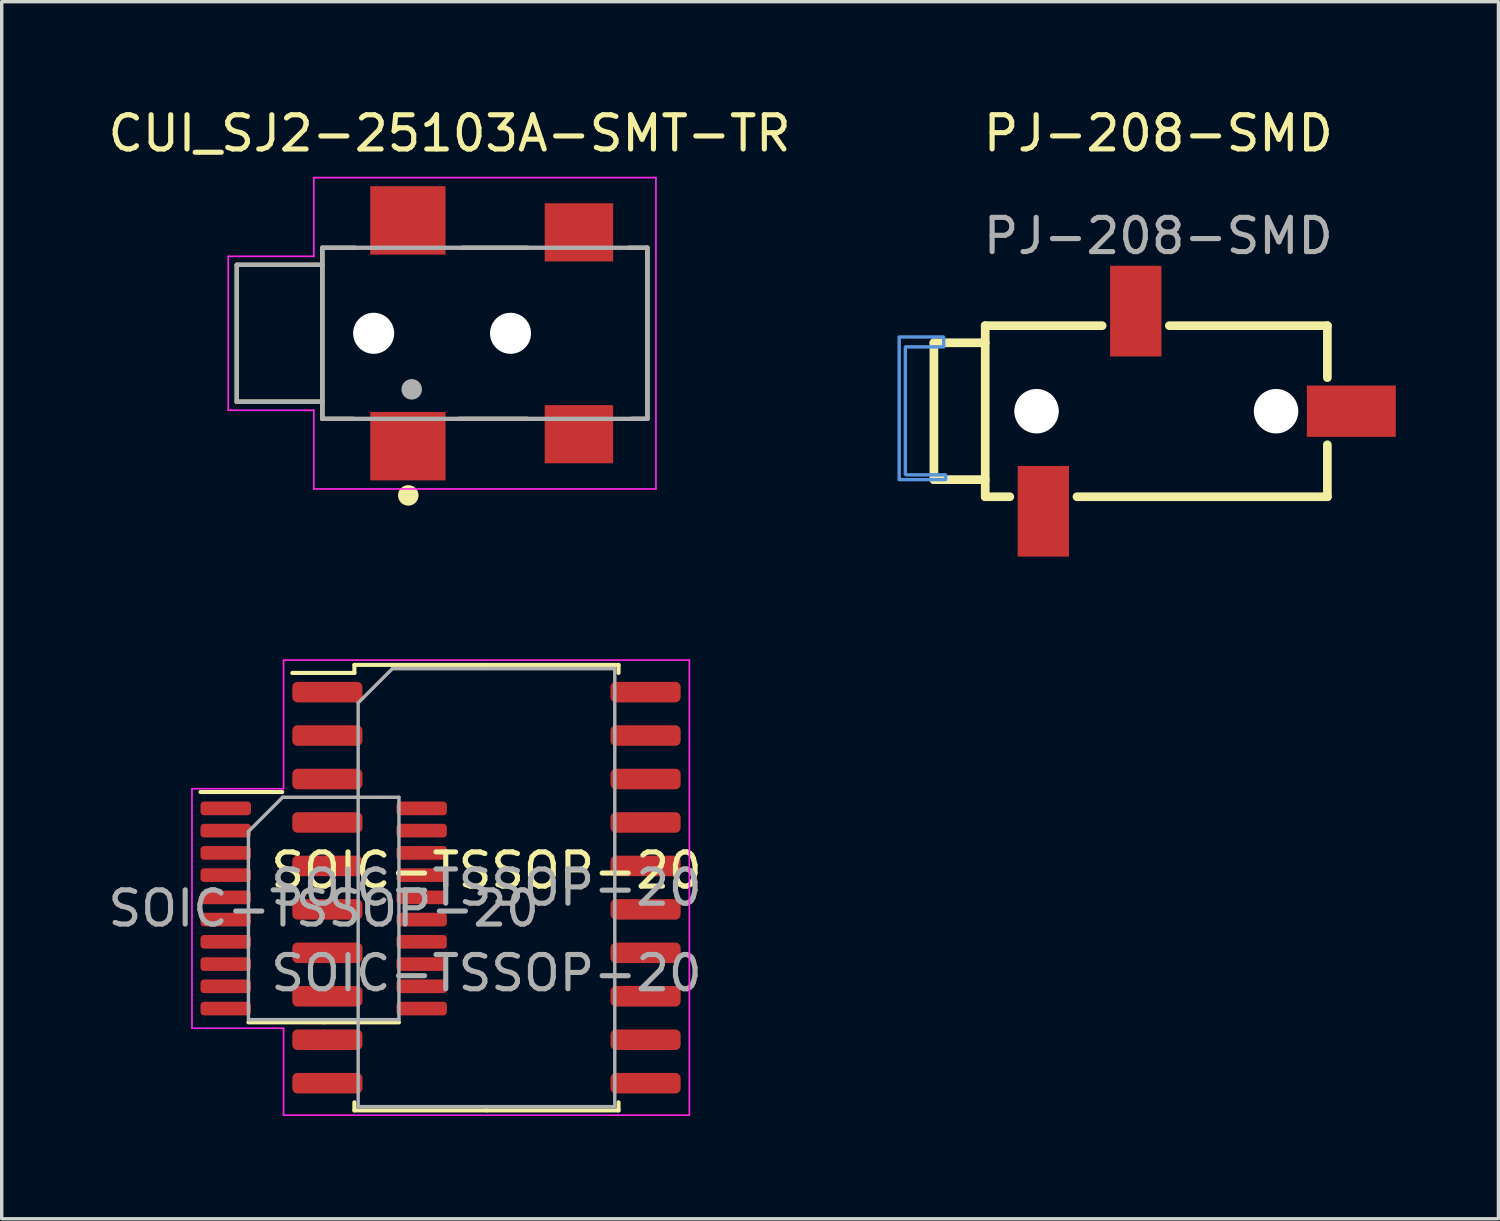
<source format=kicad_pcb>
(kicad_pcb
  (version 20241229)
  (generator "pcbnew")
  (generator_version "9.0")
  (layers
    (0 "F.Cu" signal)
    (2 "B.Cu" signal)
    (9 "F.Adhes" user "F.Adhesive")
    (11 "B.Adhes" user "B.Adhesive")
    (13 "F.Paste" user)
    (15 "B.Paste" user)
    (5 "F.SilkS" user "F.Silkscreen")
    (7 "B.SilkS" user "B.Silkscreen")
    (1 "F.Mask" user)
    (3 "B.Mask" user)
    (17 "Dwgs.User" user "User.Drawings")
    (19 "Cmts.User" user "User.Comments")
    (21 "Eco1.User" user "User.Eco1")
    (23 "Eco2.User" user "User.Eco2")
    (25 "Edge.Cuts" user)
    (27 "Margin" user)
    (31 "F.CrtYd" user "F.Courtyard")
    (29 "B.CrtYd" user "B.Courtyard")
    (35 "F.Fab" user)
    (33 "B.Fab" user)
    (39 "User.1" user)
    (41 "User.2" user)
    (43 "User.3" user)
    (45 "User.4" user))
  (footprint "CUI_SJ2-25103A-SMT-TR"
    (layer "F.Cu")
    (at 9.871 6.691)
    (property "Reference" "CUI_SJ2-25103A-SMT-TR" (at 0.219 -5.842 0) (layer "F.SilkS") (effects (font (size 1.001 1.001) (thickness 0.15))))
    (attr smd)
    (fp_line (start -6 -2) (end -6 2) (stroke (width 0.127) (type solid)) (layer "F.SilkS"))
    (fp_line (start -6 2) (end -3.5 2) (stroke (width 0.127) (type solid)) (layer "F.SilkS"))
    (fp_line (start -3.5 -2) (end -6 -2) (stroke (width 0.127) (type solid)) (layer "F.SilkS"))
    (fp_line (start -3.5 -2) (end -3.5 -2.5) (stroke (width 0.127) (type solid)) (layer "F.SilkS"))
    (fp_line (start -3.5 2) (end -3.5 -2) (stroke (width 0.127) (type solid)) (layer "F.SilkS"))
    (fp_line (start -3.5 2.5) (end -3.5 2) (stroke (width 0.127) (type solid)) (layer "F.SilkS"))
    (fp_line (start -3.5 2.5) (end -2.6 2.5) (stroke (width 0.127) (type solid)) (layer "F.SilkS"))
    (fp_line (start -3.45 -2.5) (end -2.55 -2.5) (stroke (width 0.127) (type solid)) (layer "F.SilkS"))
    (fp_line (start 0.5 2.5) (end 2.5 2.5) (stroke (width 0.127) (type solid)) (layer "F.SilkS"))
    (fp_line (start 0.6 -2.5) (end 2.5 -2.5) (stroke (width 0.127) (type solid)) (layer "F.SilkS"))
    (fp_line (start 5.463 -2.5) (end 6 -2.5) (stroke (width 0.127) (type solid)) (layer "F.SilkS"))
    (fp_line (start 5.55 2.5) (end 6 2.5) (stroke (width 0.127) (type solid)) (layer "F.SilkS"))
    (fp_line (start 6 -2.5) (end 6 2.45) (stroke (width 0.127) (type solid)) (layer "F.SilkS"))
    (fp_circle (center -0.988 4.738) (end -0.838 4.738) (stroke (width 0.3) (type solid)) (fill no) (layer "F.SilkS"))
    (fp_line (start -6.25 -2.25) (end -3.75 -2.25) (stroke (width 0.05) (type solid)) (layer "F.CrtYd"))
    (fp_line (start -6.25 2.25) (end -6.25 -2.25) (stroke (width 0.05) (type solid)) (layer "F.CrtYd"))
    (fp_line (start -3.75 -4.55) (end 6.25 -4.55) (stroke (width 0.05) (type solid)) (layer "F.CrtYd"))
    (fp_line (start -3.75 -2.25) (end -3.75 -4.55) (stroke (width 0.05) (type solid)) (layer "F.CrtYd"))
    (fp_line (start -3.75 2.25) (end -6.25 2.25) (stroke (width 0.05) (type solid)) (layer "F.CrtYd"))
    (fp_line (start -3.75 4.55) (end -3.75 2.25) (stroke (width 0.05) (type solid)) (layer "F.CrtYd"))
    (fp_line (start 6.25 -4.55) (end 6.25 4.55) (stroke (width 0.05) (type solid)) (layer "F.CrtYd"))
    (fp_line (start 6.25 4.55) (end -3.75 4.55) (stroke (width 0.05) (type solid)) (layer "F.CrtYd"))
    (fp_line (start -6 -2) (end -6 2) (stroke (width 0.127) (type solid)) (layer "F.Fab"))
    (fp_line (start -6 2) (end -3.5 2) (stroke (width 0.127) (type solid)) (layer "F.Fab"))
    (fp_line (start -3.5 -2.5) (end 6 -2.5) (stroke (width 0.127) (type solid)) (layer "F.Fab"))
    (fp_line (start -3.5 -2) (end -6 -2) (stroke (width 0.127) (type solid)) (layer "F.Fab"))
    (fp_line (start -3.5 -2) (end -3.5 -2.5) (stroke (width 0.127) (type solid)) (layer "F.Fab"))
    (fp_line (start -3.5 2) (end -3.5 -2) (stroke (width 0.127) (type solid)) (layer "F.Fab"))
    (fp_line (start -3.5 2.5) (end -3.5 2) (stroke (width 0.127) (type solid)) (layer "F.Fab"))
    (fp_line (start 6 -2.5) (end 6 2.5) (stroke (width 0.127) (type solid)) (layer "F.Fab"))
    (fp_line (start 6 2.5) (end -3.5 2.5) (stroke (width 0.127) (type solid)) (layer "F.Fab"))
    (fp_circle (center -0.888 1.638) (end -0.738 1.638) (stroke (width 0.3) (type solid)) (fill no) (layer "F.Fab"))
    (pad "" np_thru_hole circle (at -2 0) (size 1.2 1.2) (drill 1.2) (layers "*.Cu" "*.Mask"))
    (pad "" np_thru_hole circle (at 2 0) (size 1.2 1.2) (drill 1.2) (layers "*.Cu" "*.Mask"))
    (pad "1" smd rect (at -1 3.3) (size 2.2 2) (layers "F.Cu" "F.Mask" "F.Paste"))
    (pad "1.1" smd rect (at -1 -3.3) (size 2.2 2) (layers "F.Cu" "F.Mask" "F.Paste"))
    (pad "2" smd rect (at 4 2.95) (size 2 1.7) (layers "F.Cu" "F.Mask" "F.Paste"))
    (pad "3" smd rect (at 4 -2.95) (size 2 1.7) (layers "F.Cu" "F.Mask" "F.Paste")))
  (footprint "PJ-208-SMD"
    (layer "F.Cu")
    (at 30.804 1.348)
    (property "Reference" "PJ-208-SMD" (at 0 -0.5 0) (unlocked yes) (layer "F.SilkS") (effects (font (size 1 1) (thickness 0.15))))
    (attr smd)
    (fp_line (start -6.559 5.62) (end -6.559 9.62) (stroke (width 0.254) (type solid)) (layer "F.SilkS"))
    (fp_line (start -6.559 9.62) (end -5.059 9.62) (stroke (width 0.254) (type solid)) (layer "F.SilkS"))
    (fp_line (start -5.059 5.12) (end -5.059 10.12) (stroke (width 0.254) (type solid)) (layer "F.SilkS"))
    (fp_line (start -5.059 5.12) (end -1.641 5.12) (stroke (width 0.254) (type solid)) (layer "F.SilkS"))
    (fp_line (start -5.059 5.62) (end -6.559 5.62) (stroke (width 0.254) (type solid)) (layer "F.SilkS"))
    (fp_line (start -5.059 10.12) (end -4.34 10.12) (stroke (width 0.254) (type solid)) (layer "F.SilkS"))
    (fp_line (start -2.378 10.12) (end 4.941 10.12) (stroke (width 0.254) (type solid)) (layer "F.SilkS"))
    (fp_line (start 0.322 5.12) (end 4.941 5.12) (stroke (width 0.254) (type solid)) (layer "F.SilkS"))
    (fp_line (start 4.941 6.639) (end 4.941 5.12) (stroke (width 0.254) (type solid)) (layer "F.SilkS"))
    (fp_line (start 4.941 10.12) (end 4.941 8.601) (stroke (width 0.254) (type solid)) (layer "F.SilkS"))
    (fp_circle (center -3.559 7.62) (end -3.284 7.62) (stroke (width 0.55) (type solid)) (fill no) (layer "Cmts.User"))
    (fp_circle (center 3.441 7.62) (end 3.716 7.62) (stroke (width 0.55) (type solid)) (fill no) (layer "Cmts.User"))
    (fp_poly (pts (xy -6.273 5.74) (xy -7.383 5.74) (xy -7.393 5.75) (xy -7.393 9.46) (xy -7.373 9.48) (xy -6.223 9.48) (xy -6.213 9.49) (xy -6.213 9.61) (xy -6.223 9.62) (xy -7.573 9.62) (xy -7.573 5.47) (xy -7.573 5.45) (xy -6.283 5.45) (xy -6.273 5.47)) (stroke (width 0.1) (type solid)) (fill no) (layer "Cmts.User"))
    (fp_text user "${REFERENCE}" (at 0 2.5 0) (unlocked yes) (layer "F.Fab") (effects (font (size 1 1) (thickness 0.15))))
    (pad "" np_thru_hole circle (at -3.559 7.62) (size 1.3 1.3) (drill 1.3) (layers "*.Cu" "*.Mask"))
    (pad "" np_thru_hole circle (at 3.441 7.62) (size 1.3 1.3) (drill 1.3) (layers "*.Cu" "*.Mask"))
    (pad "1" smd rect (at -3.36 10.545) (size 1.5 2.65) (layers "F.Cu" "F.Mask" "F.Paste"))
    (pad "2" smd rect (at 5.641 7.62 90) (size 1.5 2.6) (layers "F.Cu" "F.Mask" "F.Paste"))
    (pad "3" smd rect (at -0.659 4.695 180) (size 1.5 2.65) (layers "F.Cu" "F.Mask" "F.Paste")))
  (footprint "SOIC-TSSOP-20"
    (layer "F.Cu")
    (at 11.168 22.893)
    (property "Reference" "SOIC-TSSOP-20" (at 0 -0.5 0) (unlocked yes) (layer "F.SilkS") (effects (font (size 1 1) (thickness 0.15))))
    (attr smd)
    (fp_line (start -5.969 -2.794) (end -8.357 -2.794) (stroke (width 0.12) (type solid)) (layer "F.SilkS"))
    (fp_line (start -4.758 3.937) (end -6.957 3.937) (stroke (width 0.12) (type solid)) (layer "F.SilkS"))
    (fp_line (start -4.758 3.937) (end -2.558 3.937) (stroke (width 0.12) (type solid)) (layer "F.SilkS"))
    (fp_line (start -3.86 -6.51) (end -3.86 -6.275) (stroke (width 0.12) (type solid)) (layer "F.SilkS"))
    (fp_line (start -3.86 -6.275) (end -5.675 -6.275) (stroke (width 0.12) (type solid)) (layer "F.SilkS"))
    (fp_line (start -3.86 6.51) (end -3.86 6.275) (stroke (width 0.12) (type solid)) (layer "F.SilkS"))
    (fp_line (start 0 -6.51) (end -3.86 -6.51) (stroke (width 0.12) (type solid)) (layer "F.SilkS"))
    (fp_line (start 0 -6.51) (end 3.86 -6.51) (stroke (width 0.12) (type solid)) (layer "F.SilkS"))
    (fp_line (start 0 6.51) (end -3.86 6.51) (stroke (width 0.12) (type solid)) (layer "F.SilkS"))
    (fp_line (start 0 6.51) (end 3.86 6.51) (stroke (width 0.12) (type solid)) (layer "F.SilkS"))
    (fp_line (start 3.86 -6.51) (end 3.86 -6.275) (stroke (width 0.12) (type solid)) (layer "F.SilkS"))
    (fp_line (start 3.86 6.51) (end 3.86 6.275) (stroke (width 0.12) (type solid)) (layer "F.SilkS"))
    (fp_line (start -8.607 -2.891) (end -8.607 4.109) (stroke (width 0.05) (type solid)) (layer "F.CrtYd"))
    (fp_line (start -8.607 4.109) (end -5.93 4.109) (stroke (width 0.05) (type solid)) (layer "F.CrtYd"))
    (fp_line (start -5.93 -6.65) (end -5.93 -2.89) (stroke (width 0.05) (type solid)) (layer "F.CrtYd"))
    (fp_line (start -5.93 -2.89) (end -8.607 -2.891) (stroke (width 0.05) (type solid)) (layer "F.CrtYd"))
    (fp_line (start -5.93 4.109) (end -5.93 6.653) (stroke (width 0.05) (type solid)) (layer "F.CrtYd"))
    (fp_line (start -5.93 6.65) (end 5.93 6.65) (stroke (width 0.05) (type solid)) (layer "F.CrtYd"))
    (fp_line (start 5.93 -6.65) (end -5.93 -6.65) (stroke (width 0.05) (type solid)) (layer "F.CrtYd"))
    (fp_line (start 5.93 6.65) (end 5.93 -6.65) (stroke (width 0.05) (type solid)) (layer "F.CrtYd"))
    (fp_line (start -6.957 -1.641) (end -5.957 -2.641) (stroke (width 0.1) (type solid)) (layer "F.Fab"))
    (fp_line (start -6.957 3.859) (end -6.957 -1.641) (stroke (width 0.1) (type solid)) (layer "F.Fab"))
    (fp_line (start -5.957 -2.641) (end -2.558 -2.641) (stroke (width 0.1) (type solid)) (layer "F.Fab"))
    (fp_line (start -3.75 -5.4) (end -2.75 -6.4) (stroke (width 0.1) (type solid)) (layer "F.Fab"))
    (fp_line (start -3.75 6.4) (end -3.75 -5.4) (stroke (width 0.1) (type solid)) (layer "F.Fab"))
    (fp_line (start -2.75 -6.4) (end 3.75 -6.4) (stroke (width 0.1) (type solid)) (layer "F.Fab"))
    (fp_line (start -2.558 -2.641) (end -2.558 3.859) (stroke (width 0.1) (type solid)) (layer "F.Fab"))
    (fp_line (start -2.558 3.859) (end -6.957 3.859) (stroke (width 0.1) (type solid)) (layer "F.Fab"))
    (fp_line (start 3.75 -6.4) (end 3.75 6.4) (stroke (width 0.1) (type solid)) (layer "F.Fab"))
    (fp_line (start 3.75 6.4) (end -3.75 6.4) (stroke (width 0.1) (type solid)) (layer "F.Fab"))
    (fp_text user "${REFERENCE}" (at 0 0 0) (layer "F.Fab") (effects (font (size 1 1) (thickness 0.15))))
    (fp_text user "${REFERENCE}" (at -4.758 0.609 0) (layer "F.Fab") (effects (font (size 1 1) (thickness 0.15))))
    (fp_text user "${REFERENCE}" (at 0 2.5 0) (unlocked yes) (layer "F.Fab") (effects (font (size 1 1) (thickness 0.15))))
    (pad "1" smd roundrect (at -7.62 -2.316) (size 1.475 0.4) (layers "F.Cu" "F.Mask" "F.Paste") (roundrect_rratio 0.25))
    (pad "1" smd roundrect (at -4.65 -5.715) (size 2.05 0.6) (layers "F.Cu" "F.Mask" "F.Paste") (roundrect_rratio 0.25))
    (pad "2" smd roundrect (at -7.62 -1.666) (size 1.475 0.4) (layers "F.Cu" "F.Mask" "F.Paste") (roundrect_rratio 0.25))
    (pad "2" smd roundrect (at -4.65 -4.445) (size 2.05 0.6) (layers "F.Cu" "F.Mask" "F.Paste") (roundrect_rratio 0.25))
    (pad "3" smd roundrect (at -7.62 -1.016) (size 1.475 0.4) (layers "F.Cu" "F.Mask" "F.Paste") (roundrect_rratio 0.25))
    (pad "3" smd roundrect (at -4.65 -3.175) (size 2.05 0.6) (layers "F.Cu" "F.Mask" "F.Paste") (roundrect_rratio 0.25))
    (pad "4" smd roundrect (at -7.62 -0.366) (size 1.475 0.4) (layers "F.Cu" "F.Mask" "F.Paste") (roundrect_rratio 0.25))
    (pad "4" smd roundrect (at -4.65 -1.905) (size 2.05 0.6) (layers "F.Cu" "F.Mask" "F.Paste") (roundrect_rratio 0.25))
    (pad "5" smd roundrect (at -7.62 0.284) (size 1.475 0.4) (layers "F.Cu" "F.Mask" "F.Paste") (roundrect_rratio 0.25))
    (pad "5" smd roundrect (at -4.65 -0.635) (size 2.05 0.6) (layers "F.Cu" "F.Mask" "F.Paste") (roundrect_rratio 0.25))
    (pad "6" smd roundrect (at -7.62 0.934) (size 1.475 0.4) (layers "F.Cu" "F.Mask" "F.Paste") (roundrect_rratio 0.25))
    (pad "6" smd roundrect (at -4.65 0.635) (size 2.05 0.6) (layers "F.Cu" "F.Mask" "F.Paste") (roundrect_rratio 0.25))
    (pad "7" smd roundrect (at -7.62 1.584) (size 1.475 0.4) (layers "F.Cu" "F.Mask" "F.Paste") (roundrect_rratio 0.25))
    (pad "7" smd roundrect (at -4.65 1.905) (size 2.05 0.6) (layers "F.Cu" "F.Mask" "F.Paste") (roundrect_rratio 0.25))
    (pad "8" smd roundrect (at -7.62 2.234) (size 1.475 0.4) (layers "F.Cu" "F.Mask" "F.Paste") (roundrect_rratio 0.25))
    (pad "8" smd roundrect (at -4.65 3.175) (size 2.05 0.6) (layers "F.Cu" "F.Mask" "F.Paste") (roundrect_rratio 0.25))
    (pad "9" smd roundrect (at -7.62 2.884) (size 1.475 0.4) (layers "F.Cu" "F.Mask" "F.Paste") (roundrect_rratio 0.25))
    (pad "9" smd roundrect (at -4.65 4.445) (size 2.05 0.6) (layers "F.Cu" "F.Mask" "F.Paste") (roundrect_rratio 0.25))
    (pad "10" smd roundrect (at -7.62 3.534) (size 1.475 0.4) (layers "F.Cu" "F.Mask" "F.Paste") (roundrect_rratio 0.25))
    (pad "10" smd roundrect (at -4.65 5.715) (size 2.05 0.6) (layers "F.Cu" "F.Mask" "F.Paste") (roundrect_rratio 0.25))
    (pad "11" smd roundrect (at -1.895 3.534) (size 1.475 0.4) (layers "F.Cu" "F.Mask" "F.Paste") (roundrect_rratio 0.25))
    (pad "11" smd roundrect (at 4.65 5.715) (size 2.05 0.6) (layers "F.Cu" "F.Mask" "F.Paste") (roundrect_rratio 0.25))
    (pad "12" smd roundrect (at -1.895 2.884) (size 1.475 0.4) (layers "F.Cu" "F.Mask" "F.Paste") (roundrect_rratio 0.25))
    (pad "12" smd roundrect (at 4.65 4.445) (size 2.05 0.6) (layers "F.Cu" "F.Mask" "F.Paste") (roundrect_rratio 0.25))
    (pad "13" smd roundrect (at -1.895 2.234) (size 1.475 0.4) (layers "F.Cu" "F.Mask" "F.Paste") (roundrect_rratio 0.25))
    (pad "13" smd roundrect (at 4.65 3.175) (size 2.05 0.6) (layers "F.Cu" "F.Mask" "F.Paste") (roundrect_rratio 0.25))
    (pad "14" smd roundrect (at -1.895 1.584) (size 1.475 0.4) (layers "F.Cu" "F.Mask" "F.Paste") (roundrect_rratio 0.25))
    (pad "14" smd roundrect (at 4.65 1.905) (size 2.05 0.6) (layers "F.Cu" "F.Mask" "F.Paste") (roundrect_rratio 0.25))
    (pad "15" smd roundrect (at -1.895 0.934) (size 1.475 0.4) (layers "F.Cu" "F.Mask" "F.Paste") (roundrect_rratio 0.25))
    (pad "15" smd roundrect (at 4.65 0.635) (size 2.05 0.6) (layers "F.Cu" "F.Mask" "F.Paste") (roundrect_rratio 0.25))
    (pad "16" smd roundrect (at -1.895 0.284) (size 1.475 0.4) (layers "F.Cu" "F.Mask" "F.Paste") (roundrect_rratio 0.25))
    (pad "16" smd roundrect (at 4.65 -0.635) (size 2.05 0.6) (layers "F.Cu" "F.Mask" "F.Paste") (roundrect_rratio 0.25))
    (pad "17" smd roundrect (at -1.895 -0.366) (size 1.475 0.4) (layers "F.Cu" "F.Mask" "F.Paste") (roundrect_rratio 0.25))
    (pad "17" smd roundrect (at 4.65 -1.905) (size 2.05 0.6) (layers "F.Cu" "F.Mask" "F.Paste") (roundrect_rratio 0.25))
    (pad "18" smd roundrect (at -1.895 -1.016) (size 1.475 0.4) (layers "F.Cu" "F.Mask" "F.Paste") (roundrect_rratio 0.25))
    (pad "18" smd roundrect (at 4.65 -3.175) (size 2.05 0.6) (layers "F.Cu" "F.Mask" "F.Paste") (roundrect_rratio 0.25))
    (pad "19" smd roundrect (at -1.895 -1.666) (size 1.475 0.4) (layers "F.Cu" "F.Mask" "F.Paste") (roundrect_rratio 0.25))
    (pad "19" smd roundrect (at 4.65 -4.445) (size 2.05 0.6) (layers "F.Cu" "F.Mask" "F.Paste") (roundrect_rratio 0.25))
    (pad "20" smd roundrect (at -1.895 -2.316) (size 1.475 0.4) (layers "F.Cu" "F.Mask" "F.Paste") (roundrect_rratio 0.25))
    (pad "20" smd roundrect (at 4.65 -5.715) (size 2.05 0.6) (layers "F.Cu" "F.Mask" "F.Paste") (roundrect_rratio 0.25)))
  (gr_rect
    (start -3 -3)
    (end 40.745 32.571)
    (stroke (width 0.1) (type default))
    (fill no)
    (layer "Edge.Cuts")))
</source>
